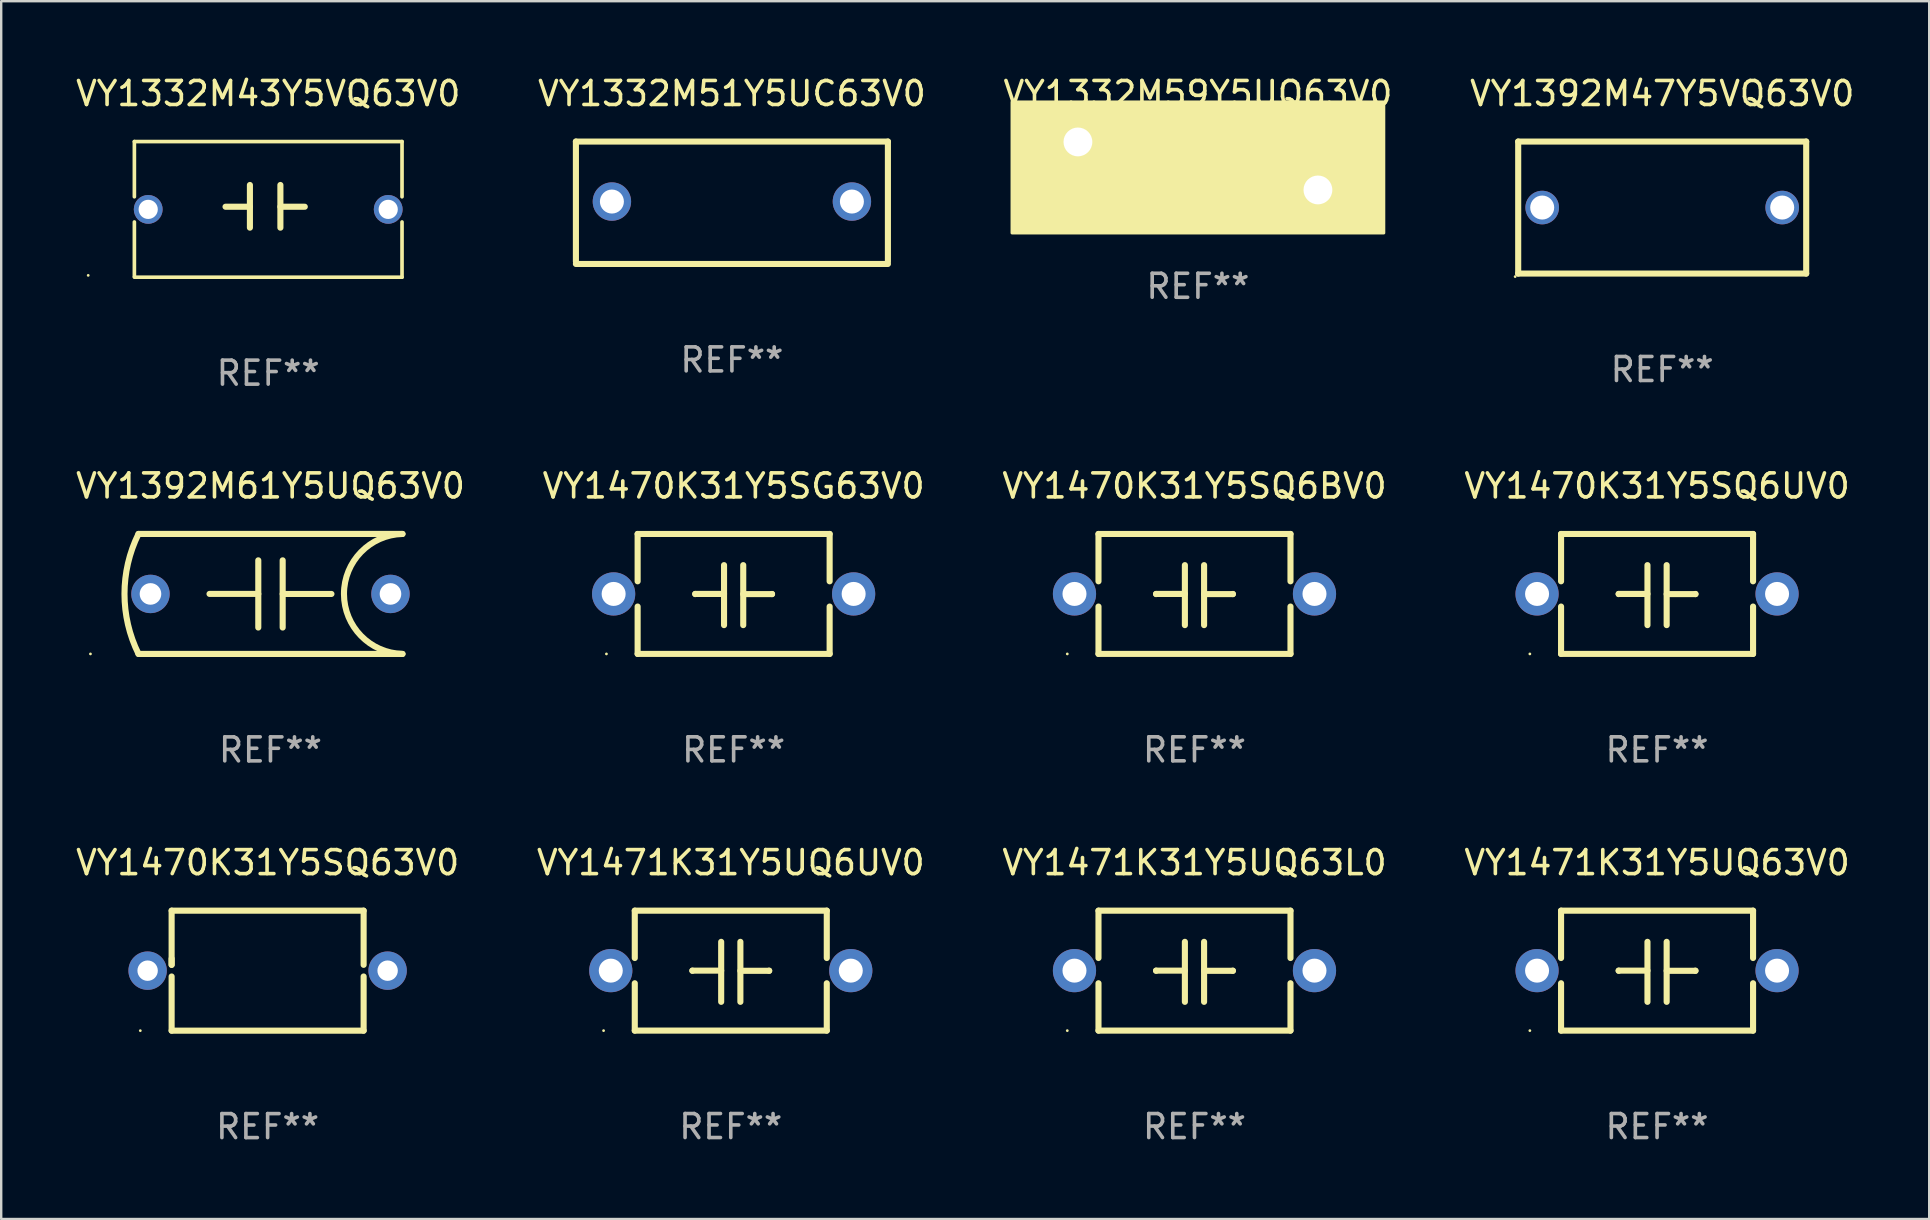
<source format=kicad_pcb>
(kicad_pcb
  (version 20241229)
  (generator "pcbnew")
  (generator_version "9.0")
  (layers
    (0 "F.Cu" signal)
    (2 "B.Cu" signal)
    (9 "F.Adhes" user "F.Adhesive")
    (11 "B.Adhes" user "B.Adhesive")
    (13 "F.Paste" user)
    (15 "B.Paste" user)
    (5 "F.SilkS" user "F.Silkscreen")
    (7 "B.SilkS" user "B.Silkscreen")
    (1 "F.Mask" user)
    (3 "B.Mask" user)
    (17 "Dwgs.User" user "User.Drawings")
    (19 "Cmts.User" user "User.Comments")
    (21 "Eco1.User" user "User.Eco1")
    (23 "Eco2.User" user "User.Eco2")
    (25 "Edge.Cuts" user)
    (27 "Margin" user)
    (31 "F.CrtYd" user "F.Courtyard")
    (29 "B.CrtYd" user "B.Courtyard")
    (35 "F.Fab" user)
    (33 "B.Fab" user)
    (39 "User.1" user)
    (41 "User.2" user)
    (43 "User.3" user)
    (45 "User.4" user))
  (footprint "VY1332M43Y5VQ63V0"
    (layer "F.Cu")
    (at 8.125 5.674)
    (property "Reference" "VY1332M43Y5VQ63V0" (at 0 -4.826 0) (layer "F.SilkS") (effects (font (size 1 1) (thickness 0.15))))
    (attr through_hole)
    (fp_line (start -5.576 -2.826) (end -5.576 -0.525) (stroke (width 0.152) (type solid)) (layer "F.SilkS"))
    (fp_line (start -5.576 -2.826) (end 5.576 -2.826) (stroke (width 0.152) (type solid)) (layer "F.SilkS"))
    (fp_line (start -5.576 0.525) (end -5.576 2.794) (stroke (width 0.152) (type solid)) (layer "F.SilkS"))
    (fp_line (start -0.762 -1.016) (end -0.762 0.762) (stroke (width 0.254) (type solid)) (layer "F.SilkS"))
    (fp_line (start -0.762 -0.11) (end -1.778 -0.11) (stroke (width 0.254) (type solid)) (layer "F.SilkS"))
    (fp_line (start 0.508 -1.016) (end 0.508 0.762) (stroke (width 0.254) (type solid)) (layer "F.SilkS"))
    (fp_line (start 0.508 -0.11) (end 1.524 -0.11) (stroke (width 0.254) (type solid)) (layer "F.SilkS"))
    (fp_line (start 5.576 -2.826) (end 5.576 -0.525) (stroke (width 0.152) (type solid)) (layer "F.SilkS"))
    (fp_line (start 5.576 0.525) (end 5.576 2.826) (stroke (width 0.152) (type solid)) (layer "F.SilkS"))
    (fp_line (start 5.576 2.826) (end -5.576 2.826) (stroke (width 0.152) (type solid)) (layer "F.SilkS"))
    (fp_circle (center -7.5 2.75) (end -7.47 2.75) (stroke (width 0.06) (type solid)) (fill no) (layer "F.SilkS"))
    (fp_text user "REF**" (at 0 6.826 0) (layer "F.Fab") (effects (font (size 1 1) (thickness 0.15))))
    (pad "1" thru_hole circle (at -5 -0.000013) (size 1.2 1.2) (drill 0.8) (layers "*.Cu" "*.Mask"))
    (pad "2" thru_hole circle (at 5 -0.000013) (size 1.2 1.2) (drill 0.8) (layers "*.Cu" "*.Mask")))
  (footprint "VY1471K31Y5UQ63V0"
    (layer "F.Cu")
    (at 65.994 37.393)
    (property "Reference" "VY1471K31Y5UQ63V0" (at 0 -4.499 0) (layer "F.SilkS") (effects (font (size 1 1) (thickness 0.15))))
    (attr through_hole)
    (fp_line (start -4 -2.499) (end -4 -0.526) (stroke (width 0.254) (type solid)) (layer "F.SilkS"))
    (fp_line (start -4 -2.499) (end 4 -2.499) (stroke (width 0.254) (type solid)) (layer "F.SilkS"))
    (fp_line (start -4 0.526) (end -4 2.499) (stroke (width 0.254) (type solid)) (layer "F.SilkS"))
    (fp_line (start -1.6 0) (end -1.6 0.007) (stroke (width 0.254) (type solid)) (layer "F.SilkS"))
    (fp_line (start -0.4 0) (end -1.6 0) (stroke (width 0.254) (type solid)) (layer "F.SilkS"))
    (fp_line (start -0.4 1.3) (end -0.4 -1.2) (stroke (width 0.254) (type solid)) (layer "F.SilkS"))
    (fp_line (start 0.4 -1.2) (end 0.4 1.3) (stroke (width 0.254) (type solid)) (layer "F.SilkS"))
    (fp_line (start 0.4 0.007) (end 1.6 0.007) (stroke (width 0.254) (type solid)) (layer "F.SilkS"))
    (fp_line (start 1.6 0.007) (end 1.6 0) (stroke (width 0.254) (type solid)) (layer "F.SilkS"))
    (fp_line (start 4 -2.499) (end 4 -0.526) (stroke (width 0.254) (type solid)) (layer "F.SilkS"))
    (fp_line (start 4 0.526) (end 4 2.499) (stroke (width 0.254) (type solid)) (layer "F.SilkS"))
    (fp_line (start 4 2.499) (end -4 2.499) (stroke (width 0.254) (type solid)) (layer "F.SilkS"))
    (fp_circle (center -5.3 2.5) (end -5.27 2.5) (stroke (width 0.06) (type solid)) (fill no) (layer "F.SilkS"))
    (fp_text user "REF**" (at 0 6.499 0) (layer "F.Fab") (effects (font (size 1 1) (thickness 0.15))))
    (pad "1" thru_hole circle (at -5 0) (size 1.8 1.8) (drill 1) (layers "*.Cu" "*.Mask"))
    (pad "2" thru_hole circle (at 5 0) (size 1.8 1.8) (drill 1) (layers "*.Cu" "*.Mask")))
  (footprint "VY1471K31Y5UQ63L0"
    (layer "F.Cu")
    (at 46.72 37.393)
    (property "Reference" "VY1471K31Y5UQ63L0" (at 0 -4.499 0) (layer "F.SilkS") (effects (font (size 1 1) (thickness 0.15))))
    (attr through_hole)
    (fp_line (start -4 -2.499) (end -4 -0.526) (stroke (width 0.254) (type solid)) (layer "F.SilkS"))
    (fp_line (start -4 -2.499) (end 4 -2.499) (stroke (width 0.254) (type solid)) (layer "F.SilkS"))
    (fp_line (start -4 0.526) (end -4 2.499) (stroke (width 0.254) (type solid)) (layer "F.SilkS"))
    (fp_line (start -1.6 0) (end -1.6 0.007) (stroke (width 0.254) (type solid)) (layer "F.SilkS"))
    (fp_line (start -0.4 0) (end -1.6 0) (stroke (width 0.254) (type solid)) (layer "F.SilkS"))
    (fp_line (start -0.4 1.3) (end -0.4 -1.2) (stroke (width 0.254) (type solid)) (layer "F.SilkS"))
    (fp_line (start 0.4 -1.2) (end 0.4 1.3) (stroke (width 0.254) (type solid)) (layer "F.SilkS"))
    (fp_line (start 0.4 0.007) (end 1.6 0.007) (stroke (width 0.254) (type solid)) (layer "F.SilkS"))
    (fp_line (start 1.6 0.007) (end 1.6 0) (stroke (width 0.254) (type solid)) (layer "F.SilkS"))
    (fp_line (start 4 -2.499) (end 4 -0.526) (stroke (width 0.254) (type solid)) (layer "F.SilkS"))
    (fp_line (start 4 0.526) (end 4 2.499) (stroke (width 0.254) (type solid)) (layer "F.SilkS"))
    (fp_line (start 4 2.499) (end -4 2.499) (stroke (width 0.254) (type solid)) (layer "F.SilkS"))
    (fp_circle (center -5.3 2.5) (end -5.27 2.5) (stroke (width 0.06) (type solid)) (fill no) (layer "F.SilkS"))
    (fp_text user "REF**" (at 0 6.499 0) (layer "F.Fab") (effects (font (size 1 1) (thickness 0.15))))
    (pad "1" thru_hole circle (at -5 0) (size 1.8 1.8) (drill 1) (layers "*.Cu" "*.Mask"))
    (pad "2" thru_hole circle (at 5 0) (size 1.8 1.8) (drill 1) (layers "*.Cu" "*.Mask")))
  (footprint "VY1470K31Y5SQ63V0"
    (layer "F.Cu")
    (at 8.101 37.394)
    (property "Reference" "VY1470K31Y5SQ63V0" (at 0 -4.5 0) (layer "F.SilkS") (effects (font (size 1 1) (thickness 0.15))))
    (attr through_hole)
    (fp_line (start -4 -2.5) (end 4 -2.5) (stroke (width 0.254) (type solid)) (layer "F.SilkS"))
    (fp_line (start -4 -0.243) (end -4 -2.5) (stroke (width 0.254) (type solid)) (layer "F.SilkS"))
    (fp_line (start -4 -0.243) (end -4 -0.5) (stroke (width 0.254) (type solid)) (layer "F.SilkS"))
    (fp_line (start -4 2.5) (end -4 0.243) (stroke (width 0.254) (type solid)) (layer "F.SilkS"))
    (fp_line (start 4 -2.5) (end 4 -0.243) (stroke (width 0.254) (type solid)) (layer "F.SilkS"))
    (fp_line (start 4 0.243) (end 4 2.5) (stroke (width 0.254) (type solid)) (layer "F.SilkS"))
    (fp_line (start 4 2.5) (end -4 2.5) (stroke (width 0.254) (type solid)) (layer "F.SilkS"))
    (fp_circle (center -5.305 2.5) (end -5.275 2.5) (stroke (width 0.06) (type solid)) (fill no) (layer "F.SilkS"))
    (fp_text user "REF**" (at 0 6.5 0) (layer "F.Fab") (effects (font (size 1 1) (thickness 0.15))))
    (pad "1" thru_hole circle (at -5 0) (size 1.6 1.6) (drill 0.85) (layers "*.Cu" "*.Mask"))
    (pad "2" thru_hole circle (at 5 0) (size 1.6 1.6) (drill 0.85) (layers "*.Cu" "*.Mask")))
  (footprint "VY1470K31Y5SG63V0"
    (layer "F.Cu")
    (at 27.518 21.697)
    (property "Reference" "VY1470K31Y5SG63V0" (at 0 -4.499 0) (layer "F.SilkS") (effects (font (size 1 1) (thickness 0.15))))
    (attr through_hole)
    (fp_line (start -4 -2.499) (end -4 -0.526) (stroke (width 0.254) (type solid)) (layer "F.SilkS"))
    (fp_line (start -4 -2.499) (end 4 -2.499) (stroke (width 0.254) (type solid)) (layer "F.SilkS"))
    (fp_line (start -4 0.526) (end -4 2.499) (stroke (width 0.254) (type solid)) (layer "F.SilkS"))
    (fp_line (start -1.6 0) (end -1.6 0.007) (stroke (width 0.254) (type solid)) (layer "F.SilkS"))
    (fp_line (start -0.4 0) (end -1.6 0) (stroke (width 0.254) (type solid)) (layer "F.SilkS"))
    (fp_line (start -0.4 1.3) (end -0.4 -1.2) (stroke (width 0.254) (type solid)) (layer "F.SilkS"))
    (fp_line (start 0.4 -1.2) (end 0.4 1.3) (stroke (width 0.254) (type solid)) (layer "F.SilkS"))
    (fp_line (start 0.4 0.007) (end 1.6 0.007) (stroke (width 0.254) (type solid)) (layer "F.SilkS"))
    (fp_line (start 1.6 0.007) (end 1.6 0) (stroke (width 0.254) (type solid)) (layer "F.SilkS"))
    (fp_line (start 4 -2.499) (end 4 -0.526) (stroke (width 0.254) (type solid)) (layer "F.SilkS"))
    (fp_line (start 4 0.526) (end 4 2.499) (stroke (width 0.254) (type solid)) (layer "F.SilkS"))
    (fp_line (start 4 2.499) (end -4 2.499) (stroke (width 0.254) (type solid)) (layer "F.SilkS"))
    (fp_circle (center -5.3 2.5) (end -5.27 2.5) (stroke (width 0.06) (type solid)) (fill no) (layer "F.SilkS"))
    (fp_text user "REF**" (at 0 6.499 0) (layer "F.Fab") (effects (font (size 1 1) (thickness 0.15))))
    (pad "1" thru_hole circle (at -5 0) (size 1.8 1.8) (drill 1) (layers "*.Cu" "*.Mask"))
    (pad "2" thru_hole circle (at 5 0) (size 1.8 1.8) (drill 1) (layers "*.Cu" "*.Mask")))
  (footprint "VY1392M61Y5UQ63V0"
    (layer "F.Cu")
    (at 8.22 21.697)
    (property "Reference" "VY1392M61Y5UQ63V0" (at 0 -4.5 0) (layer "F.SilkS") (effects (font (size 1 1) (thickness 0.15))))
    (attr through_hole)
    (fp_line (start -5.5 -2.5) (end 5.5 -2.5) (stroke (width 0.254) (type solid)) (layer "F.SilkS"))
    (fp_line (start -0.508 -1.4) (end -0.508 1.4) (stroke (width 0.254) (type solid)) (layer "F.SilkS"))
    (fp_line (start -0.508 -0.001) (end -2.54 -0.001) (stroke (width 0.254) (type solid)) (layer "F.SilkS"))
    (fp_line (start 0.508 0.001) (end 2.54 0.001) (stroke (width 0.254) (type solid)) (layer "F.SilkS"))
    (fp_line (start 0.508 1.4) (end 0.508 -1.4) (stroke (width 0.254) (type solid)) (layer "F.SilkS"))
    (fp_line (start 5.5 2.5) (end -5.5 2.5) (stroke (width 0.254) (type solid)) (layer "F.SilkS"))
    (fp_arc (start -5.499111 2.499365) (mid -6.082928 -0.000214) (end -5.5 -2.5) (stroke (width 0.254001) (type solid)) (layer "F.SilkS"))
    (fp_arc (start 5.5 2.5) (mid 3.061809 0.000751) (end 5.49911 -2.499366) (stroke (width 0.254001) (type solid)) (layer "F.SilkS"))
    (fp_circle (center -7.501 2.5) (end -7.471 2.5) (stroke (width 0.06) (type solid)) (fill no) (layer "F.SilkS"))
    (fp_text user "REF**" (at 0 6.5 0) (layer "F.Fab") (effects (font (size 1 1) (thickness 0.15))))
    (pad "1" thru_hole circle (at -5 0) (size 1.6 1.6) (drill 0.9) (layers "*.Cu" "*.Mask"))
    (pad "2" thru_hole circle (at 5 0) (size 1.6 1.6) (drill 0.9) (layers "*.Cu" "*.Mask")))
  (footprint "VY1332M51Y5UC63V0"
    (layer "F.Cu")
    (at 27.446 5.398)
    (property "Reference" "VY1332M51Y5UC63V0" (at 0 -4.55 0) (layer "F.SilkS") (effects (font (size 1 1) (thickness 0.15))))
    (attr through_hole)
    (fp_line (start -6.5 -2.55) (end 6.5 -2.55) (stroke (width 0.254) (type solid)) (layer "F.SilkS"))
    (fp_line (start -6.5 2.45) (end -6.5 -2.55) (stroke (width 0.254) (type solid)) (layer "F.SilkS"))
    (fp_line (start 6.5 -2.55) (end 6.5 2.45) (stroke (width 0.254) (type solid)) (layer "F.SilkS"))
    (fp_line (start 6.5 2.55) (end -6.5 2.55) (stroke (width 0.254) (type solid)) (layer "F.SilkS"))
    (fp_circle (center -6.5 2.45) (end -6.47 2.45) (stroke (width 0.06) (type solid)) (fill no) (layer "F.SilkS"))
    (fp_text user "REF**" (at 0 6.55 0) (layer "F.Fab") (effects (font (size 1 1) (thickness 0.15))))
    (pad "1" thru_hole circle (at -5 -0.05) (size 1.6 1.6) (drill 1) (layers "*.Cu" "*.Mask"))
    (pad "2" thru_hole circle (at 5 -0.05) (size 1.6 1.6) (drill 1) (layers "*.Cu" "*.Mask")))
  (footprint "VY1470K31Y5SQ6UV0"
    (layer "F.Cu")
    (at 65.994 21.697)
    (property "Reference" "VY1470K31Y5SQ6UV0" (at 0 -4.499 0) (layer "F.SilkS") (effects (font (size 1 1) (thickness 0.15))))
    (attr through_hole)
    (fp_line (start -4 -2.499) (end -4 -0.526) (stroke (width 0.254) (type solid)) (layer "F.SilkS"))
    (fp_line (start -4 -2.499) (end 4 -2.499) (stroke (width 0.254) (type solid)) (layer "F.SilkS"))
    (fp_line (start -4 0.526) (end -4 2.499) (stroke (width 0.254) (type solid)) (layer "F.SilkS"))
    (fp_line (start -1.6 0) (end -1.6 0.007) (stroke (width 0.254) (type solid)) (layer "F.SilkS"))
    (fp_line (start -0.4 0) (end -1.6 0) (stroke (width 0.254) (type solid)) (layer "F.SilkS"))
    (fp_line (start -0.4 1.3) (end -0.4 -1.2) (stroke (width 0.254) (type solid)) (layer "F.SilkS"))
    (fp_line (start 0.4 -1.2) (end 0.4 1.3) (stroke (width 0.254) (type solid)) (layer "F.SilkS"))
    (fp_line (start 0.4 0.007) (end 1.6 0.007) (stroke (width 0.254) (type solid)) (layer "F.SilkS"))
    (fp_line (start 1.6 0.007) (end 1.6 0) (stroke (width 0.254) (type solid)) (layer "F.SilkS"))
    (fp_line (start 4 -2.499) (end 4 -0.526) (stroke (width 0.254) (type solid)) (layer "F.SilkS"))
    (fp_line (start 4 0.526) (end 4 2.499) (stroke (width 0.254) (type solid)) (layer "F.SilkS"))
    (fp_line (start 4 2.499) (end -4 2.499) (stroke (width 0.254) (type solid)) (layer "F.SilkS"))
    (fp_circle (center -5.3 2.5) (end -5.27 2.5) (stroke (width 0.06) (type solid)) (fill no) (layer "F.SilkS"))
    (fp_text user "REF**" (at 0 6.499 0) (layer "F.Fab") (effects (font (size 1 1) (thickness 0.15))))
    (pad "1" thru_hole circle (at -5 0) (size 1.8 1.8) (drill 1) (layers "*.Cu" "*.Mask"))
    (pad "2" thru_hole circle (at 5 0) (size 1.8 1.8) (drill 1) (layers "*.Cu" "*.Mask")))
  (footprint "VY1332M59Y5UQ63V0"
    (layer "F.Cu")
    (at 46.863 3.864)
    (property "Reference" "VY1332M59Y5UQ63V0" (at 0 -3.016 0) (layer "F.SilkS") (effects (font (size 1 1) (thickness 0.15))))
    (attr through_hole)
    (fp_line (start -0.381 0) (end -1.421 -0.003) (stroke (width 0.254) (type solid)) (layer "F.SilkS"))
    (fp_line (start -0.254 1.016) (end -0.254 -1.016) (stroke (width 0.254) (type solid)) (layer "F.SilkS"))
    (fp_line (start 0.381 1.016) (end 0.381 -1.016) (stroke (width 0.254) (type solid)) (layer "F.SilkS"))
    (fp_line (start 0.508 0) (end 1.524 0) (stroke (width 0.254) (type solid)) (layer "F.SilkS"))
    (fp_circle (center -7.5 -2.5) (end -7.47 -2.5) (stroke (width 0.06) (type solid)) (fill no) (layer "F.SilkS"))
    (fp_poly (pts (xy -7.747 -2.667) (xy 7.747 -2.667) (xy 7.747 2.794) (xy -7.747 2.794)) (stroke (width 0.12) (type solid)) (fill yes) (layer "F.SilkS"))
    (fp_text user "REF**" (at 0 5.016 0) (layer "F.Fab") (effects (font (size 1 1) (thickness 0.15))))
    (pad "1" thru_hole circle (at -5 -1) (size 2 2) (drill 1.2) (layers "*.Cu" "*.Mask"))
    (pad "2" thru_hole circle (at 5 1) (size 2 2) (drill 1.2) (layers "*.Cu" "*.Mask")))
  (footprint "VY1470K31Y5SQ6BV0"
    (layer "F.Cu")
    (at 46.72 21.697)
    (property "Reference" "VY1470K31Y5SQ6BV0" (at 0 -4.499 0) (layer "F.SilkS") (effects (font (size 1 1) (thickness 0.15))))
    (attr through_hole)
    (fp_line (start -4 -2.499) (end -4 -0.526) (stroke (width 0.254) (type solid)) (layer "F.SilkS"))
    (fp_line (start -4 -2.499) (end 4 -2.499) (stroke (width 0.254) (type solid)) (layer "F.SilkS"))
    (fp_line (start -4 0.526) (end -4 2.499) (stroke (width 0.254) (type solid)) (layer "F.SilkS"))
    (fp_line (start -1.6 0) (end -1.6 0.007) (stroke (width 0.254) (type solid)) (layer "F.SilkS"))
    (fp_line (start -0.4 0) (end -1.6 0) (stroke (width 0.254) (type solid)) (layer "F.SilkS"))
    (fp_line (start -0.4 1.3) (end -0.4 -1.2) (stroke (width 0.254) (type solid)) (layer "F.SilkS"))
    (fp_line (start 0.4 -1.2) (end 0.4 1.3) (stroke (width 0.254) (type solid)) (layer "F.SilkS"))
    (fp_line (start 0.4 0.007) (end 1.6 0.007) (stroke (width 0.254) (type solid)) (layer "F.SilkS"))
    (fp_line (start 1.6 0.007) (end 1.6 0) (stroke (width 0.254) (type solid)) (layer "F.SilkS"))
    (fp_line (start 4 -2.499) (end 4 -0.526) (stroke (width 0.254) (type solid)) (layer "F.SilkS"))
    (fp_line (start 4 0.526) (end 4 2.499) (stroke (width 0.254) (type solid)) (layer "F.SilkS"))
    (fp_line (start 4 2.499) (end -4 2.499) (stroke (width 0.254) (type solid)) (layer "F.SilkS"))
    (fp_circle (center -5.3 2.5) (end -5.27 2.5) (stroke (width 0.06) (type solid)) (fill no) (layer "F.SilkS"))
    (fp_text user "REF**" (at 0 6.499 0) (layer "F.Fab") (effects (font (size 1 1) (thickness 0.15))))
    (pad "1" thru_hole circle (at -5 0) (size 1.8 1.8) (drill 1) (layers "*.Cu" "*.Mask"))
    (pad "2" thru_hole circle (at 5 0) (size 1.8 1.8) (drill 1) (layers "*.Cu" "*.Mask")))
  (footprint "VY1392M47Y5VQ63V0"
    (layer "F.Cu")
    (at 66.208 5.598)
    (property "Reference" "VY1392M47Y5VQ63V0" (at 0 -4.75 0) (layer "F.SilkS") (effects (font (size 1 1) (thickness 0.15))))
    (attr through_hole)
    (fp_line (start -6 -2.75) (end -6 2.75) (stroke (width 0.254) (type solid)) (layer "F.SilkS"))
    (fp_line (start -6 -2.75) (end 6 -2.75) (stroke (width 0.254) (type solid)) (layer "F.SilkS"))
    (fp_line (start 6 -2.75) (end 6 2.75) (stroke (width 0.254) (type solid)) (layer "F.SilkS"))
    (fp_line (start 6 2.75) (end -6 2.75) (stroke (width 0.254) (type solid)) (layer "F.SilkS"))
    (fp_circle (center -6.127 2.877) (end -6.097 2.877) (stroke (width 0.06) (type solid)) (fill no) (layer "F.SilkS"))
    (fp_text user "REF**" (at 0 6.75 0) (layer "F.Fab") (effects (font (size 1 1) (thickness 0.15))))
    (pad "1" thru_hole circle (at -5 0) (size 1.4 1.4) (drill 1) (layers "*.Cu" "*.Mask"))
    (pad "2" thru_hole circle (at 5 0) (size 1.4 1.4) (drill 1) (layers "*.Cu" "*.Mask")))
  (footprint "VY1471K31Y5UQ6UV0"
    (layer "F.Cu")
    (at 27.399 37.393)
    (property "Reference" "VY1471K31Y5UQ6UV0" (at 0 -4.499 0) (layer "F.SilkS") (effects (font (size 1 1) (thickness 0.15))))
    (attr through_hole)
    (fp_line (start -4 -2.499) (end -4 -0.526) (stroke (width 0.254) (type solid)) (layer "F.SilkS"))
    (fp_line (start -4 -2.499) (end 4 -2.499) (stroke (width 0.254) (type solid)) (layer "F.SilkS"))
    (fp_line (start -4 0.526) (end -4 2.499) (stroke (width 0.254) (type solid)) (layer "F.SilkS"))
    (fp_line (start -1.6 0) (end -1.6 0.007) (stroke (width 0.254) (type solid)) (layer "F.SilkS"))
    (fp_line (start -0.4 0) (end -1.6 0) (stroke (width 0.254) (type solid)) (layer "F.SilkS"))
    (fp_line (start -0.4 1.3) (end -0.4 -1.2) (stroke (width 0.254) (type solid)) (layer "F.SilkS"))
    (fp_line (start 0.4 -1.2) (end 0.4 1.3) (stroke (width 0.254) (type solid)) (layer "F.SilkS"))
    (fp_line (start 0.4 0.007) (end 1.6 0.007) (stroke (width 0.254) (type solid)) (layer "F.SilkS"))
    (fp_line (start 1.6 0.007) (end 1.6 0) (stroke (width 0.254) (type solid)) (layer "F.SilkS"))
    (fp_line (start 4 -2.499) (end 4 -0.526) (stroke (width 0.254) (type solid)) (layer "F.SilkS"))
    (fp_line (start 4 0.526) (end 4 2.499) (stroke (width 0.254) (type solid)) (layer "F.SilkS"))
    (fp_line (start 4 2.499) (end -4 2.499) (stroke (width 0.254) (type solid)) (layer "F.SilkS"))
    (fp_circle (center -5.3 2.5) (end -5.27 2.5) (stroke (width 0.06) (type solid)) (fill no) (layer "F.SilkS"))
    (fp_text user "REF**" (at 0 6.499 0) (layer "F.Fab") (effects (font (size 1 1) (thickness 0.15))))
    (pad "1" thru_hole circle (at -5 0) (size 1.8 1.8) (drill 1) (layers "*.Cu" "*.Mask"))
    (pad "2" thru_hole circle (at 5 0) (size 1.8 1.8) (drill 1) (layers "*.Cu" "*.Mask")))
  (gr_rect
    (start -3 -3)
    (end 77.333 47.742)
    (stroke (width 0.1) (type default))
    (fill no)
    (layer "Edge.Cuts")))
</source>
